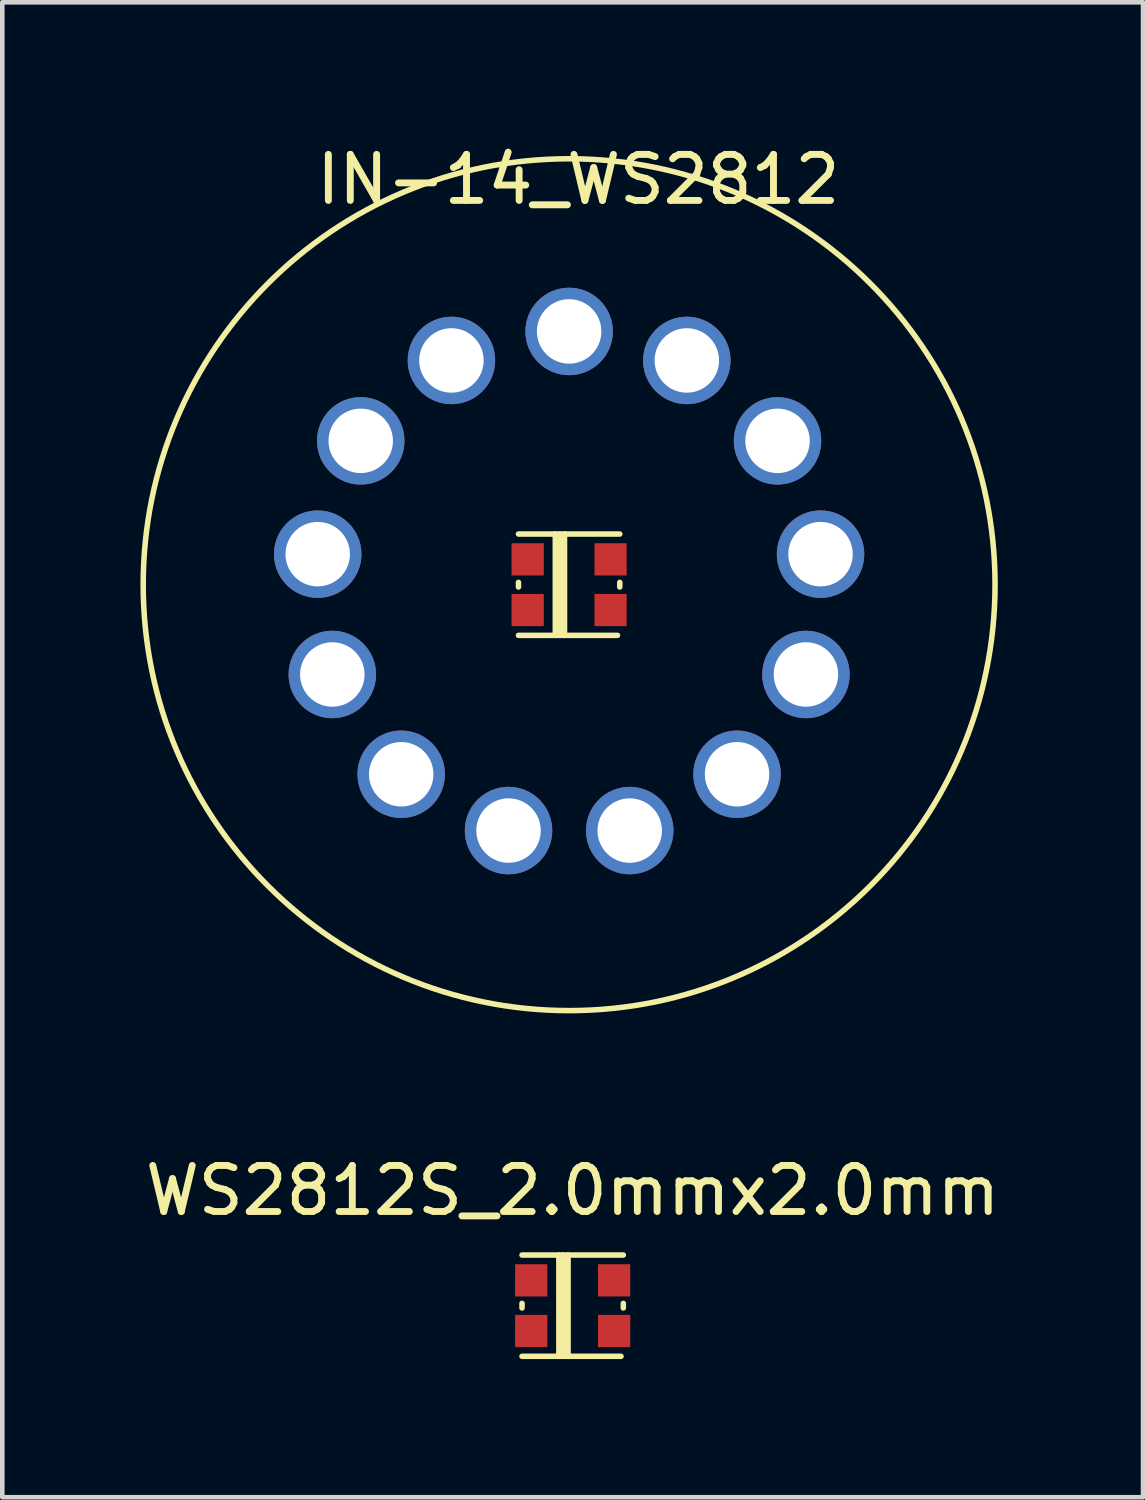
<source format=kicad_pcb>
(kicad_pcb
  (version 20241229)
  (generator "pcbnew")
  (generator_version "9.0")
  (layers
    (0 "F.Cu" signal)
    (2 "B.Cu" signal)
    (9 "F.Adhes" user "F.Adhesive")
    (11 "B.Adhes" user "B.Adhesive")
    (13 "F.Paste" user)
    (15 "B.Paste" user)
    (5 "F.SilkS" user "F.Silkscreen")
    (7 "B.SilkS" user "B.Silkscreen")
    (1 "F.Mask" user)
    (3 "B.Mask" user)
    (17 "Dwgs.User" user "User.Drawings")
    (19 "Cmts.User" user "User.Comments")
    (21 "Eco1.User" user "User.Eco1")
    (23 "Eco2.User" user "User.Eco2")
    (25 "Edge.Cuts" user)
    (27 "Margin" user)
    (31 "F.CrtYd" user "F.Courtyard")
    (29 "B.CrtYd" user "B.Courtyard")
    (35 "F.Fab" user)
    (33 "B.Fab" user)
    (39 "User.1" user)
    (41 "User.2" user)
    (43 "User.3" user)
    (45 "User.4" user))
  (footprint "IN-14_WS2812"
    (layer "F.Cu")
    (at 9.31 9.648)
    (property "Reference" "IN-14_WS2812" (at 0.2 -8.8 0) (layer "F.SilkS") (effects (font (size 1 1) (thickness 0.15))))
    (attr through_hole)
    (fp_line (start -1.1 -1.1) (end 1.1 -1.1) (stroke (width 0.12) (type solid)) (layer "F.SilkS"))
    (fp_line (start -1.1 0.05) (end -1.1 -0.05) (stroke (width 0.12) (type solid)) (layer "F.SilkS"))
    (fp_line (start -0.3 1.1) (end -0.3 -1.1) (stroke (width 0.12) (type solid)) (layer "F.SilkS"))
    (fp_line (start -0.2 1.1) (end -0.2 -1.1) (stroke (width 0.12) (type solid)) (layer "F.SilkS"))
    (fp_line (start -0.1 1.1) (end -0.1 -1.1) (stroke (width 0.12) (type solid)) (layer "F.SilkS"))
    (fp_line (start 1.05 1.1) (end -1.1 1.1) (stroke (width 0.12) (type solid)) (layer "F.SilkS"))
    (fp_line (start 1.1 0.05) (end 1.1 -0.05) (stroke (width 0.12) (type solid)) (layer "F.SilkS"))
    (fp_circle (center 0 0) (end 9.25 0) (stroke (width 0.12) (type solid)) (fill no) (layer "F.SilkS"))
    (pad "1" thru_hole circle (at 0 -5.5) (size 1.9 1.9) (drill 1.4) (layers "*.Cu" "*.Mask"))
    (pad "2" thru_hole circle (at 2.556 -4.87) (size 1.9 1.9) (drill 1.4) (layers "*.Cu" "*.Mask"))
    (pad "3" thru_hole circle (at 4.526 -3.124) (size 1.9 1.9) (drill 1.4) (layers "*.Cu" "*.Mask"))
    (pad "4" thru_hole circle (at 5.46 -0.663) (size 1.9 1.9) (drill 1.4) (layers "*.Cu" "*.Mask"))
    (pad "5" thru_hole circle (at 5.143 1.95) (size 1.9 1.9) (drill 1.4) (layers "*.Cu" "*.Mask"))
    (pad "6" thru_hole circle (at 3.647 4.117) (size 1.9 1.9) (drill 1.4) (layers "*.Cu" "*.Mask"))
    (pad "7" thru_hole circle (at 1.316 5.34) (size 1.9 1.9) (drill 1.4) (layers "*.Cu" "*.Mask"))
    (pad "8" thru_hole circle (at -1.316 5.34) (size 1.9 1.9) (drill 1.4) (layers "*.Cu" "*.Mask"))
    (pad "9" thru_hole circle (at -3.647 4.117) (size 1.9 1.9) (drill 1.4) (layers "*.Cu" "*.Mask"))
    (pad "10" thru_hole circle (at -5.143 1.95) (size 1.9 1.9) (drill 1.4) (layers "*.Cu" "*.Mask"))
    (pad "11" thru_hole circle (at -5.46 -0.663) (size 1.9 1.9) (drill 1.4) (layers "*.Cu" "*.Mask"))
    (pad "12" thru_hole circle (at -4.526 -3.124) (size 1.9 1.9) (drill 1.4) (layers "*.Cu" "*.Mask"))
    (pad "13" thru_hole circle (at -2.556 -4.87) (size 1.9 1.9) (drill 1.4) (layers "*.Cu" "*.Mask"))
    (pad "14" smd rect (at -0.9 0.55) (size 0.7 0.7) (layers "F.Cu" "F.Mask" "F.Paste"))
    (pad "15" smd rect (at -0.9 -0.55) (size 0.7 0.7) (layers "F.Cu" "F.Mask" "F.Paste"))
    (pad "16" smd rect (at 0.9 -0.55) (size 0.7 0.7) (layers "F.Cu" "F.Mask" "F.Paste"))
    (pad "17" smd rect (at 0.9 0.55) (size 0.7 0.7) (layers "F.Cu" "F.Mask" "F.Paste")))
  (footprint "WS2812S_2.0mmx2.0mm"
    (layer "F.Cu")
    (at 9.387 22.306)
    (property "Reference" "WS2812S_2.0mmx2.0mm" (at 0 0.5 0) (layer "F.SilkS") (effects (font (size 1 1) (thickness 0.15))))
    (attr through_hole)
    (fp_line (start -1.1 1.9) (end 1.1 1.9) (stroke (width 0.12) (type solid)) (layer "F.SilkS"))
    (fp_line (start -1.1 3.05) (end -1.1 2.95) (stroke (width 0.12) (type solid)) (layer "F.SilkS"))
    (fp_line (start -0.3 4.1) (end -0.3 1.9) (stroke (width 0.12) (type solid)) (layer "F.SilkS"))
    (fp_line (start -0.2 4.1) (end -0.2 1.9) (stroke (width 0.12) (type solid)) (layer "F.SilkS"))
    (fp_line (start -0.1 4.1) (end -0.1 1.9) (stroke (width 0.12) (type solid)) (layer "F.SilkS"))
    (fp_line (start 1.05 4.1) (end -1.1 4.1) (stroke (width 0.12) (type solid)) (layer "F.SilkS"))
    (fp_line (start 1.1 3.05) (end 1.1 2.95) (stroke (width 0.12) (type solid)) (layer "F.SilkS"))
    (pad "1" smd rect (at 0.9 3.55) (size 0.7 0.7) (layers "F.Cu" "F.Mask" "F.Paste"))
    (pad "2" smd rect (at 0.9 2.45) (size 0.7 0.7) (layers "F.Cu" "F.Mask" "F.Paste"))
    (pad "3" smd rect (at -0.9 2.45) (size 0.7 0.7) (layers "F.Cu" "F.Mask" "F.Paste"))
    (pad "4" smd rect (at -0.9 3.55) (size 0.7 0.7) (layers "F.Cu" "F.Mask" "F.Paste")))
  (gr_rect
    (start -3 -3)
    (end 21.774 29.466)
    (stroke (width 0.1) (type default))
    (fill no)
    (layer "Edge.Cuts")))
</source>
